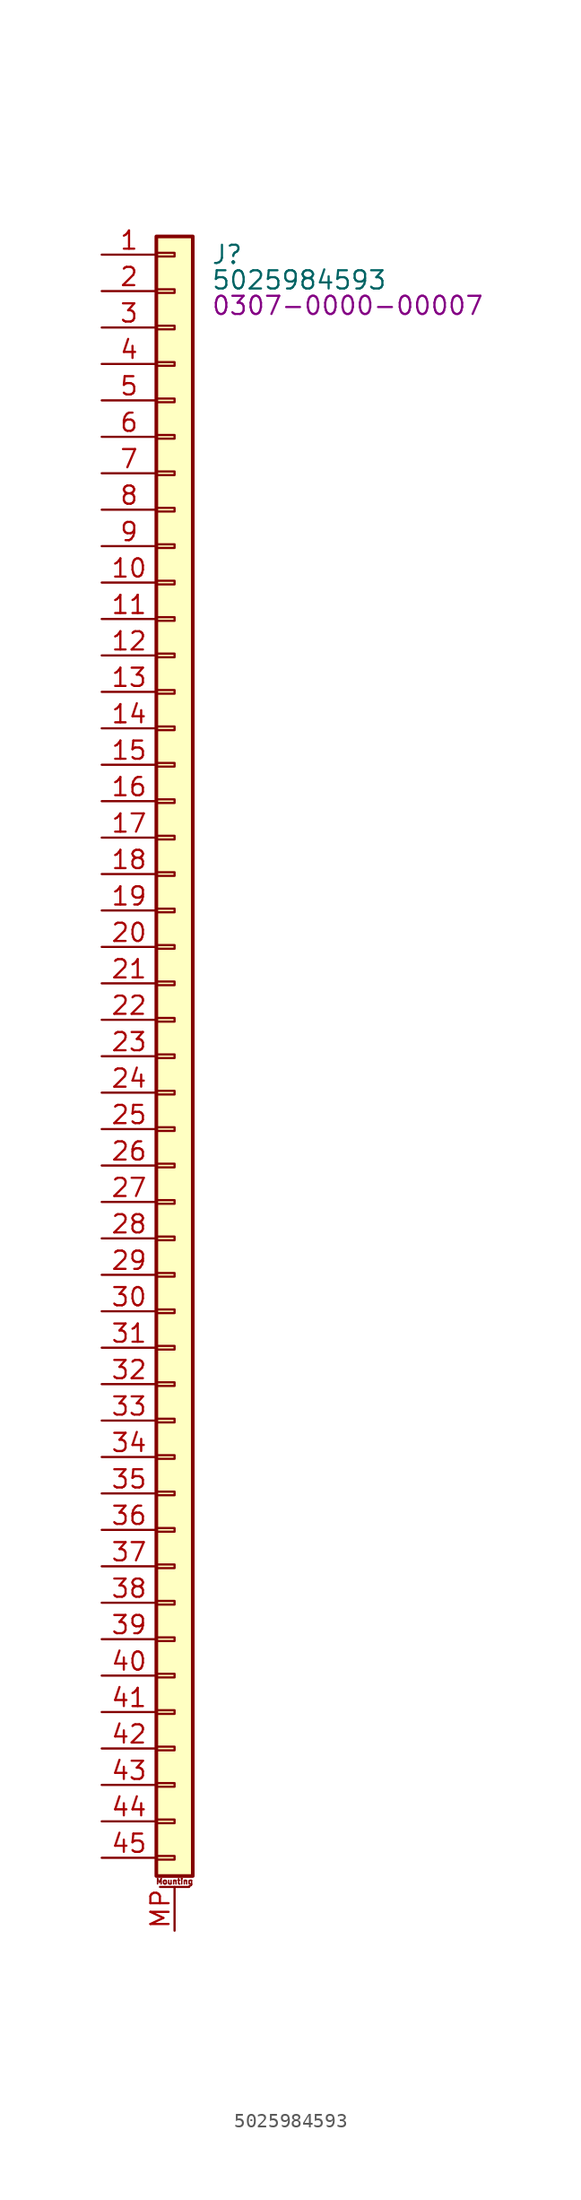
<source format=kicad_sym>
(kicad_symbol_lib
  (version 20231120)
  (generator "kicad_symbol_editor")
  (generator_version "8.0")
  (symbol "5025984593"
    (pin_names hide)
    (property "Reference" "J"
      (at 2.54 -2.54 0)
      (effects (font (size 1.27 1.27)) (justify left)))
    (property "Value" "5025984593"
      (at 2.54 -4.318 0)
      (effects (font (size 1.27 1.27)) (justify left)))
    (property "PartNumber" "0307-0000-00007"
      (at 2.54 -6.096 0)
      (effects (font (size 1.27 1.27)) (justify left)))
    (symbol "5025984593_1_1"
      (rectangle (start -1.27 -114.173) (end 0 -114.427) (stroke (width 0.152) (type default)) (fill (type none)))
      (rectangle (start -1.27 -111.633) (end 0 -111.887) (stroke (width 0.152) (type default)) (fill (type none)))
      (rectangle (start -1.27 -109.093) (end 0 -109.347) (stroke (width 0.152) (type default)) (fill (type none)))
      (rectangle (start -1.27 -106.553) (end 0 -106.807) (stroke (width 0.152) (type default)) (fill (type none)))
      (rectangle (start -1.27 -104.013) (end 0 -104.267) (stroke (width 0.152) (type default)) (fill (type none)))
      (rectangle (start -1.27 -101.473) (end 0 -101.727) (stroke (width 0.152) (type default)) (fill (type none)))
      (rectangle (start -1.27 -98.933) (end 0 -99.187) (stroke (width 0.152) (type default)) (fill (type none)))
      (rectangle (start -1.27 -96.393) (end 0 -96.647) (stroke (width 0.152) (type default)) (fill (type none)))
      (rectangle (start -1.27 -93.853) (end 0 -94.107) (stroke (width 0.152) (type default)) (fill (type none)))
      (rectangle (start -1.27 -91.313) (end 0 -91.567) (stroke (width 0.152) (type default)) (fill (type none)))
      (rectangle (start -1.27 -88.773) (end 0 -89.027) (stroke (width 0.152) (type default)) (fill (type none)))
      (rectangle (start -1.27 -86.233) (end 0 -86.487) (stroke (width 0.152) (type default)) (fill (type none)))
      (rectangle (start -1.27 -83.693) (end 0 -83.947) (stroke (width 0.152) (type default)) (fill (type none)))
      (rectangle (start -1.27 -81.153) (end 0 -81.407) (stroke (width 0.152) (type default)) (fill (type none)))
      (rectangle (start -1.27 -78.613) (end 0 -78.867) (stroke (width 0.152) (type default)) (fill (type none)))
      (rectangle (start -1.27 -76.073) (end 0 -76.327) (stroke (width 0.152) (type default)) (fill (type none)))
      (rectangle (start -1.27 -73.533) (end 0 -73.787) (stroke (width 0.152) (type default)) (fill (type none)))
      (rectangle (start -1.27 -70.993) (end 0 -71.247) (stroke (width 0.152) (type default)) (fill (type none)))
      (rectangle (start -1.27 -68.453) (end 0 -68.707) (stroke (width 0.152) (type default)) (fill (type none)))
      (rectangle (start -1.27 -65.913) (end 0 -66.167) (stroke (width 0.152) (type default)) (fill (type none)))
      (rectangle (start -1.27 -63.373) (end 0 -63.627) (stroke (width 0.152) (type default)) (fill (type none)))
      (rectangle (start -1.27 -60.833) (end 0 -61.087) (stroke (width 0.152) (type default)) (fill (type none)))
      (rectangle (start -1.27 -58.293) (end 0 -58.547) (stroke (width 0.152) (type default)) (fill (type none)))
      (rectangle (start -1.27 -55.753) (end 0 -56.007) (stroke (width 0.152) (type default)) (fill (type none)))
      (rectangle (start -1.27 -53.213) (end 0 -53.467) (stroke (width 0.152) (type default)) (fill (type none)))
      (rectangle (start -1.27 -50.673) (end 0 -50.927) (stroke (width 0.152) (type default)) (fill (type none)))
      (rectangle (start -1.27 -48.133) (end 0 -48.387) (stroke (width 0.152) (type default)) (fill (type none)))
      (rectangle (start -1.27 -45.593) (end 0 -45.847) (stroke (width 0.152) (type default)) (fill (type none)))
      (rectangle (start -1.27 -43.053) (end 0 -43.307) (stroke (width 0.152) (type default)) (fill (type none)))
      (rectangle (start -1.27 -40.513) (end 0 -40.767) (stroke (width 0.152) (type default)) (fill (type none)))
      (rectangle (start -1.27 -37.973) (end 0 -38.227) (stroke (width 0.152) (type default)) (fill (type none)))
      (rectangle (start -1.27 -35.433) (end 0 -35.687) (stroke (width 0.152) (type default)) (fill (type none)))
      (rectangle (start -1.27 -32.893) (end 0 -33.147) (stroke (width 0.152) (type default)) (fill (type none)))
      (rectangle (start -1.27 -30.353) (end 0 -30.607) (stroke (width 0.152) (type default)) (fill (type none)))
      (rectangle (start -1.27 -27.813) (end 0 -28.067) (stroke (width 0.152) (type default)) (fill (type none)))
      (rectangle (start -1.27 -25.273) (end 0 -25.527) (stroke (width 0.152) (type default)) (fill (type none)))
      (rectangle (start -1.27 -22.733) (end 0 -22.987) (stroke (width 0.152) (type default)) (fill (type none)))
      (rectangle (start -1.27 -20.193) (end 0 -20.447) (stroke (width 0.152) (type default)) (fill (type none)))
      (rectangle (start -1.27 -17.653) (end 0 -17.907) (stroke (width 0.152) (type default)) (fill (type none)))
      (rectangle (start -1.27 -15.113) (end 0 -15.367) (stroke (width 0.152) (type default)) (fill (type none)))
      (rectangle (start -1.27 -12.573) (end 0 -12.827) (stroke (width 0.152) (type default)) (fill (type none)))
      (rectangle (start -1.27 -10.033) (end 0 -10.287) (stroke (width 0.152) (type default)) (fill (type none)))
      (rectangle (start -1.27 -7.493) (end 0 -7.747) (stroke (width 0.152) (type default)) (fill (type none)))
      (rectangle (start -1.27 -4.953) (end 0 -5.207) (stroke (width 0.152) (type default)) (fill (type none)))
      (rectangle (start -1.27 -2.413) (end 0 -2.667) (stroke (width 0.152) (type default)) (fill (type none)))
      (rectangle (start -1.27 -1.27) (end 1.27 -115.57) (stroke (width 0.254) (type default)) (fill (type background)))
      (polyline (pts (xy -1.016 -116.332) (xy 1.016 -116.332)) (stroke (width 0.152) (type default)) (fill (type none)))
      (text "Mounting" (at 0 -115.951 0) (effects (font (size 0.381 0.381))))
      (pin passive line (at -5.08 -2.54 0) (length 3.81) (name "Pin_1" (effects (font (size 1.27 1.27)))) (number "1" (effects (font (size 1.27 1.27)))))
      (pin passive line (at -5.08 -25.4 0) (length 3.81) (name "Pin_10" (effects (font (size 1.27 1.27)))) (number "10" (effects (font (size 1.27 1.27)))))
      (pin passive line (at -5.08 -27.94 0) (length 3.81) (name "Pin_11" (effects (font (size 1.27 1.27)))) (number "11" (effects (font (size 1.27 1.27)))))
      (pin passive line (at -5.08 -30.48 0) (length 3.81) (name "Pin_12" (effects (font (size 1.27 1.27)))) (number "12" (effects (font (size 1.27 1.27)))))
      (pin passive line (at -5.08 -33.02 0) (length 3.81) (name "Pin_13" (effects (font (size 1.27 1.27)))) (number "13" (effects (font (size 1.27 1.27)))))
      (pin passive line (at -5.08 -35.56 0) (length 3.81) (name "Pin_14" (effects (font (size 1.27 1.27)))) (number "14" (effects (font (size 1.27 1.27)))))
      (pin passive line (at -5.08 -38.1 0) (length 3.81) (name "Pin_15" (effects (font (size 1.27 1.27)))) (number "15" (effects (font (size 1.27 1.27)))))
      (pin passive line (at -5.08 -40.64 0) (length 3.81) (name "Pin_16" (effects (font (size 1.27 1.27)))) (number "16" (effects (font (size 1.27 1.27)))))
      (pin passive line (at -5.08 -43.18 0) (length 3.81) (name "Pin_17" (effects (font (size 1.27 1.27)))) (number "17" (effects (font (size 1.27 1.27)))))
      (pin passive line (at -5.08 -45.72 0) (length 3.81) (name "Pin_18" (effects (font (size 1.27 1.27)))) (number "18" (effects (font (size 1.27 1.27)))))
      (pin passive line (at -5.08 -48.26 0) (length 3.81) (name "Pin_19" (effects (font (size 1.27 1.27)))) (number "19" (effects (font (size 1.27 1.27)))))
      (pin passive line (at -5.08 -5.08 0) (length 3.81) (name "Pin_2" (effects (font (size 1.27 1.27)))) (number "2" (effects (font (size 1.27 1.27)))))
      (pin passive line (at -5.08 -50.8 0) (length 3.81) (name "Pin_20" (effects (font (size 1.27 1.27)))) (number "20" (effects (font (size 1.27 1.27)))))
      (pin passive line (at -5.08 -53.34 0) (length 3.81) (name "Pin_21" (effects (font (size 1.27 1.27)))) (number "21" (effects (font (size 1.27 1.27)))))
      (pin passive line (at -5.08 -55.88 0) (length 3.81) (name "Pin_22" (effects (font (size 1.27 1.27)))) (number "22" (effects (font (size 1.27 1.27)))))
      (pin passive line (at -5.08 -58.42 0) (length 3.81) (name "Pin_23" (effects (font (size 1.27 1.27)))) (number "23" (effects (font (size 1.27 1.27)))))
      (pin passive line (at -5.08 -60.96 0) (length 3.81) (name "Pin_24" (effects (font (size 1.27 1.27)))) (number "24" (effects (font (size 1.27 1.27)))))
      (pin passive line (at -5.08 -63.5 0) (length 3.81) (name "Pin_25" (effects (font (size 1.27 1.27)))) (number "25" (effects (font (size 1.27 1.27)))))
      (pin passive line (at -5.08 -66.04 0) (length 3.81) (name "Pin_26" (effects (font (size 1.27 1.27)))) (number "26" (effects (font (size 1.27 1.27)))))
      (pin passive line (at -5.08 -68.58 0) (length 3.81) (name "Pin_27" (effects (font (size 1.27 1.27)))) (number "27" (effects (font (size 1.27 1.27)))))
      (pin passive line (at -5.08 -71.12 0) (length 3.81) (name "Pin_28" (effects (font (size 1.27 1.27)))) (number "28" (effects (font (size 1.27 1.27)))))
      (pin passive line (at -5.08 -73.66 0) (length 3.81) (name "Pin_29" (effects (font (size 1.27 1.27)))) (number "29" (effects (font (size 1.27 1.27)))))
      (pin passive line (at -5.08 -7.62 0) (length 3.81) (name "Pin_3" (effects (font (size 1.27 1.27)))) (number "3" (effects (font (size 1.27 1.27)))))
      (pin passive line (at -5.08 -76.2 0) (length 3.81) (name "Pin_30" (effects (font (size 1.27 1.27)))) (number "30" (effects (font (size 1.27 1.27)))))
      (pin passive line (at -5.08 -78.74 0) (length 3.81) (name "Pin_31" (effects (font (size 1.27 1.27)))) (number "31" (effects (font (size 1.27 1.27)))))
      (pin passive line (at -5.08 -81.28 0) (length 3.81) (name "Pin_32" (effects (font (size 1.27 1.27)))) (number "32" (effects (font (size 1.27 1.27)))))
      (pin passive line (at -5.08 -83.82 0) (length 3.81) (name "Pin_33" (effects (font (size 1.27 1.27)))) (number "33" (effects (font (size 1.27 1.27)))))
      (pin passive line (at -5.08 -86.36 0) (length 3.81) (name "Pin_34" (effects (font (size 1.27 1.27)))) (number "34" (effects (font (size 1.27 1.27)))))
      (pin passive line (at -5.08 -88.9 0) (length 3.81) (name "Pin_35" (effects (font (size 1.27 1.27)))) (number "35" (effects (font (size 1.27 1.27)))))
      (pin passive line (at -5.08 -91.44 0) (length 3.81) (name "Pin_36" (effects (font (size 1.27 1.27)))) (number "36" (effects (font (size 1.27 1.27)))))
      (pin passive line (at -5.08 -93.98 0) (length 3.81) (name "Pin_37" (effects (font (size 1.27 1.27)))) (number "37" (effects (font (size 1.27 1.27)))))
      (pin passive line (at -5.08 -96.52 0) (length 3.81) (name "Pin_38" (effects (font (size 1.27 1.27)))) (number "38" (effects (font (size 1.27 1.27)))))
      (pin passive line (at -5.08 -99.06 0) (length 3.81) (name "Pin_39" (effects (font (size 1.27 1.27)))) (number "39" (effects (font (size 1.27 1.27)))))
      (pin passive line (at -5.08 -10.16 0) (length 3.81) (name "Pin_4" (effects (font (size 1.27 1.27)))) (number "4" (effects (font (size 1.27 1.27)))))
      (pin passive line (at -5.08 -101.6 0) (length 3.81) (name "Pin_40" (effects (font (size 1.27 1.27)))) (number "40" (effects (font (size 1.27 1.27)))))
      (pin passive line (at -5.08 -104.14 0) (length 3.81) (name "Pin_41" (effects (font (size 1.27 1.27)))) (number "41" (effects (font (size 1.27 1.27)))))
      (pin passive line (at -5.08 -106.68 0) (length 3.81) (name "Pin_42" (effects (font (size 1.27 1.27)))) (number "42" (effects (font (size 1.27 1.27)))))
      (pin passive line (at -5.08 -109.22 0) (length 3.81) (name "Pin_43" (effects (font (size 1.27 1.27)))) (number "43" (effects (font (size 1.27 1.27)))))
      (pin passive line (at -5.08 -111.76 0) (length 3.81) (name "Pin_44" (effects (font (size 1.27 1.27)))) (number "44" (effects (font (size 1.27 1.27)))))
      (pin passive line (at -5.08 -114.3 0) (length 3.81) (name "Pin_45" (effects (font (size 1.27 1.27)))) (number "45" (effects (font (size 1.27 1.27)))))
      (pin passive line (at -5.08 -12.7 0) (length 3.81) (name "Pin_5" (effects (font (size 1.27 1.27)))) (number "5" (effects (font (size 1.27 1.27)))))
      (pin passive line (at -5.08 -15.24 0) (length 3.81) (name "Pin_6" (effects (font (size 1.27 1.27)))) (number "6" (effects (font (size 1.27 1.27)))))
      (pin passive line (at -5.08 -17.78 0) (length 3.81) (name "Pin_7" (effects (font (size 1.27 1.27)))) (number "7" (effects (font (size 1.27 1.27)))))
      (pin passive line (at -5.08 -20.32 0) (length 3.81) (name "Pin_8" (effects (font (size 1.27 1.27)))) (number "8" (effects (font (size 1.27 1.27)))))
      (pin passive line (at -5.08 -22.86 0) (length 3.81) (name "Pin_9" (effects (font (size 1.27 1.27)))) (number "9" (effects (font (size 1.27 1.27)))))
      (pin passive line (at 0 -119.38 90) (length 3.048) (name "MountPin" (effects (font (size 1.27 1.27)))) (number "MP" (effects (font (size 1.27 1.27))))))))
</source>
